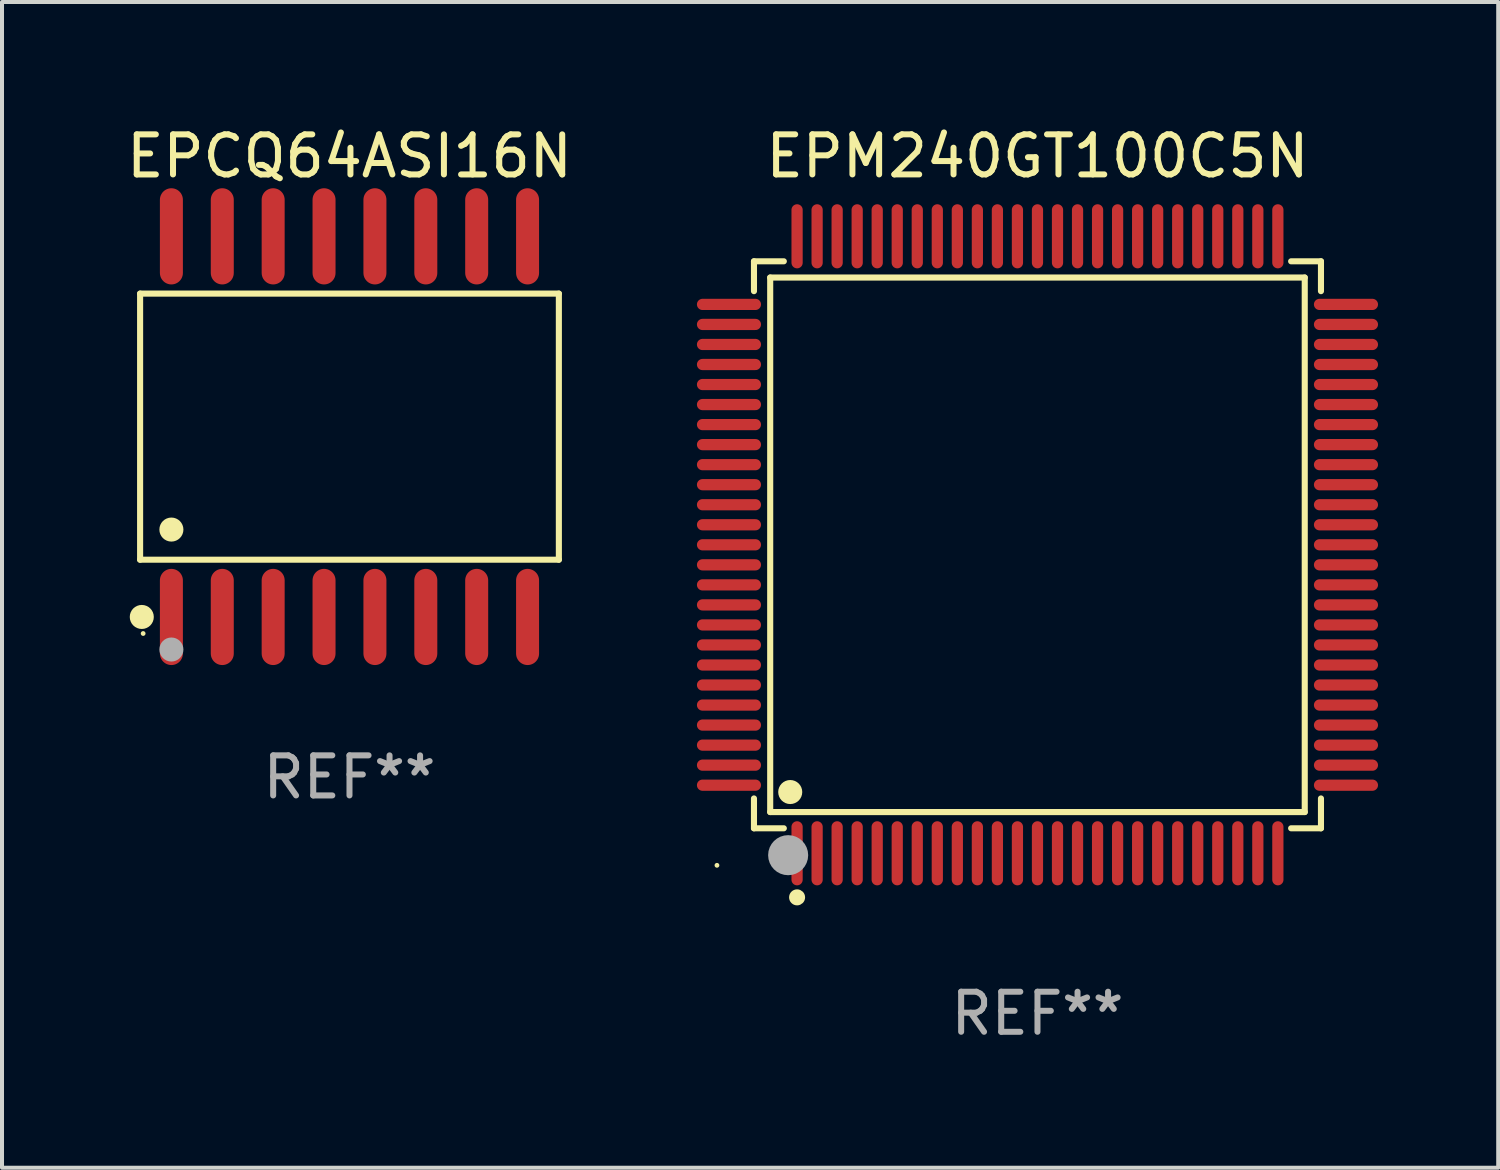
<source format=kicad_pcb>
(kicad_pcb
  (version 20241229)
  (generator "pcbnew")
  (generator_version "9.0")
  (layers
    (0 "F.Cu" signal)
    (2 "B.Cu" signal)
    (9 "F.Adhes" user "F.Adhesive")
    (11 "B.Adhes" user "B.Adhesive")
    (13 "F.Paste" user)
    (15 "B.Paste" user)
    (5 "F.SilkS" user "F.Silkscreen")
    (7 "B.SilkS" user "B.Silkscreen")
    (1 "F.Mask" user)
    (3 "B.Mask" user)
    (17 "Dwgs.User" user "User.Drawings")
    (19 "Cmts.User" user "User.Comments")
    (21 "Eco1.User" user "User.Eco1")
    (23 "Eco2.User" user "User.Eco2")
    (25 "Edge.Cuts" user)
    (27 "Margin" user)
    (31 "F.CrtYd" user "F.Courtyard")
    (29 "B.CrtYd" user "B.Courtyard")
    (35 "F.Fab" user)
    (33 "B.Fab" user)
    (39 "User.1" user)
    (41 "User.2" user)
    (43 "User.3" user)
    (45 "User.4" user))
  (footprint "EPM240GT100C5N"
    (layer "F.Cu")
    (at 22.845 10.548)
    (property "Reference" "EPM240GT100C5N" (at 0 -9.7 0) (layer "F.SilkS") (effects (font (size 1 1) (thickness 0.15))))
    (attr through_hole)
    (fp_line (start -7.076 -7.076) (end -6.331 -7.076) (stroke (width 0.152) (type solid)) (layer "F.SilkS"))
    (fp_line (start -7.076 -6.331) (end -7.076 -7.076) (stroke (width 0.152) (type solid)) (layer "F.SilkS"))
    (fp_line (start -7.076 6.331) (end -7.076 7.076) (stroke (width 0.152) (type solid)) (layer "F.SilkS"))
    (fp_line (start -7.076 7.076) (end -6.331 7.076) (stroke (width 0.152) (type solid)) (layer "F.SilkS"))
    (fp_line (start -6.671 -6.671) (end 6.671 -6.671) (stroke (width 0.152) (type solid)) (layer "F.SilkS"))
    (fp_line (start -6.671 6.671) (end -6.671 -6.671) (stroke (width 0.152) (type solid)) (layer "F.SilkS"))
    (fp_line (start 6.671 -6.671) (end 6.671 6.671) (stroke (width 0.152) (type solid)) (layer "F.SilkS"))
    (fp_line (start 6.671 6.671) (end -6.671 6.671) (stroke (width 0.152) (type solid)) (layer "F.SilkS"))
    (fp_line (start 7.076 -7.076) (end 6.331 -7.076) (stroke (width 0.152) (type solid)) (layer "F.SilkS"))
    (fp_line (start 7.076 -6.331) (end 7.076 -7.076) (stroke (width 0.152) (type solid)) (layer "F.SilkS"))
    (fp_line (start 7.076 6.331) (end 7.076 7.076) (stroke (width 0.152) (type solid)) (layer "F.SilkS"))
    (fp_line (start 7.076 7.076) (end 6.331 7.076) (stroke (width 0.152) (type solid)) (layer "F.SilkS"))
    (fp_circle (center -8 8) (end -7.97 8) (stroke (width 0.06) (type solid)) (fill no) (layer "F.SilkS"))
    (fp_circle (center -6.171 6.171) (end -6.021 6.171) (stroke (width 0.3) (type solid)) (fill no) (layer "F.SilkS"))
    (fp_circle (center -6 8.8) (end -5.9 8.8) (stroke (width 0.2) (type solid)) (fill no) (layer "F.SilkS"))
    (fp_circle (center -6.223 7.747) (end -5.973 7.747) (stroke (width 0.5) (type solid)) (fill no) (layer "F.Fab"))
    (fp_text user "REF**" (at 0 11.7 0) (layer "F.Fab") (effects (font (size 1 1) (thickness 0.15))))
    (pad "1" smd oval (at -6 7.7) (size 0.28 1.6) (layers "F.Cu" "F.Mask" "F.Paste"))
    (pad "2" smd oval (at -5.5 7.7) (size 0.28 1.6) (layers "F.Cu" "F.Mask" "F.Paste"))
    (pad "3" smd oval (at -5 7.7) (size 0.28 1.6) (layers "F.Cu" "F.Mask" "F.Paste"))
    (pad "4" smd oval (at -4.5 7.7) (size 0.28 1.6) (layers "F.Cu" "F.Mask" "F.Paste"))
    (pad "5" smd oval (at -4 7.7) (size 0.28 1.6) (layers "F.Cu" "F.Mask" "F.Paste"))
    (pad "6" smd oval (at -3.5 7.7) (size 0.28 1.6) (layers "F.Cu" "F.Mask" "F.Paste"))
    (pad "7" smd oval (at -3 7.7) (size 0.28 1.6) (layers "F.Cu" "F.Mask" "F.Paste"))
    (pad "8" smd oval (at -2.5 7.7) (size 0.28 1.6) (layers "F.Cu" "F.Mask" "F.Paste"))
    (pad "9" smd oval (at -2 7.7) (size 0.28 1.6) (layers "F.Cu" "F.Mask" "F.Paste"))
    (pad "10" smd oval (at -1.5 7.7) (size 0.28 1.6) (layers "F.Cu" "F.Mask" "F.Paste"))
    (pad "11" smd oval (at -1 7.7) (size 0.28 1.6) (layers "F.Cu" "F.Mask" "F.Paste"))
    (pad "12" smd oval (at -0.5 7.7) (size 0.28 1.6) (layers "F.Cu" "F.Mask" "F.Paste"))
    (pad "13" smd oval (at 0 7.7) (size 0.28 1.6) (layers "F.Cu" "F.Mask" "F.Paste"))
    (pad "14" smd oval (at 0.5 7.7) (size 0.28 1.6) (layers "F.Cu" "F.Mask" "F.Paste"))
    (pad "15" smd oval (at 1 7.7) (size 0.28 1.6) (layers "F.Cu" "F.Mask" "F.Paste"))
    (pad "16" smd oval (at 1.5 7.7) (size 0.28 1.6) (layers "F.Cu" "F.Mask" "F.Paste"))
    (pad "17" smd oval (at 2 7.7) (size 0.28 1.6) (layers "F.Cu" "F.Mask" "F.Paste"))
    (pad "18" smd oval (at 2.5 7.7) (size 0.28 1.6) (layers "F.Cu" "F.Mask" "F.Paste"))
    (pad "19" smd oval (at 3 7.7) (size 0.28 1.6) (layers "F.Cu" "F.Mask" "F.Paste"))
    (pad "20" smd oval (at 3.5 7.7) (size 0.28 1.6) (layers "F.Cu" "F.Mask" "F.Paste"))
    (pad "21" smd oval (at 4 7.7) (size 0.28 1.6) (layers "F.Cu" "F.Mask" "F.Paste"))
    (pad "22" smd oval (at 4.5 7.7) (size 0.28 1.6) (layers "F.Cu" "F.Mask" "F.Paste"))
    (pad "23" smd oval (at 5 7.7) (size 0.28 1.6) (layers "F.Cu" "F.Mask" "F.Paste"))
    (pad "24" smd oval (at 5.5 7.7) (size 0.28 1.6) (layers "F.Cu" "F.Mask" "F.Paste"))
    (pad "25" smd oval (at 6 7.7) (size 0.28 1.6) (layers "F.Cu" "F.Mask" "F.Paste"))
    (pad "26" smd oval (at 7.7 6) (size 1.6 0.28) (layers "F.Cu" "F.Mask" "F.Paste"))
    (pad "27" smd oval (at 7.7 5.5) (size 1.6 0.28) (layers "F.Cu" "F.Mask" "F.Paste"))
    (pad "28" smd oval (at 7.7 5) (size 1.6 0.28) (layers "F.Cu" "F.Mask" "F.Paste"))
    (pad "29" smd oval (at 7.7 4.5) (size 1.6 0.28) (layers "F.Cu" "F.Mask" "F.Paste"))
    (pad "30" smd oval (at 7.7 4) (size 1.6 0.28) (layers "F.Cu" "F.Mask" "F.Paste"))
    (pad "31" smd oval (at 7.7 3.5) (size 1.6 0.28) (layers "F.Cu" "F.Mask" "F.Paste"))
    (pad "32" smd oval (at 7.7 3) (size 1.6 0.28) (layers "F.Cu" "F.Mask" "F.Paste"))
    (pad "33" smd oval (at 7.7 2.5) (size 1.6 0.28) (layers "F.Cu" "F.Mask" "F.Paste"))
    (pad "34" smd oval (at 7.7 2) (size 1.6 0.28) (layers "F.Cu" "F.Mask" "F.Paste"))
    (pad "35" smd oval (at 7.7 1.5) (size 1.6 0.28) (layers "F.Cu" "F.Mask" "F.Paste"))
    (pad "36" smd oval (at 7.7 1) (size 1.6 0.28) (layers "F.Cu" "F.Mask" "F.Paste"))
    (pad "37" smd oval (at 7.7 0.5) (size 1.6 0.28) (layers "F.Cu" "F.Mask" "F.Paste"))
    (pad "38" smd oval (at 7.7 0) (size 1.6 0.28) (layers "F.Cu" "F.Mask" "F.Paste"))
    (pad "39" smd oval (at 7.7 -0.5) (size 1.6 0.28) (layers "F.Cu" "F.Mask" "F.Paste"))
    (pad "40" smd oval (at 7.7 -1) (size 1.6 0.28) (layers "F.Cu" "F.Mask" "F.Paste"))
    (pad "41" smd oval (at 7.7 -1.5) (size 1.6 0.28) (layers "F.Cu" "F.Mask" "F.Paste"))
    (pad "42" smd oval (at 7.7 -2) (size 1.6 0.28) (layers "F.Cu" "F.Mask" "F.Paste"))
    (pad "43" smd oval (at 7.7 -2.5) (size 1.6 0.28) (layers "F.Cu" "F.Mask" "F.Paste"))
    (pad "44" smd oval (at 7.7 -3) (size 1.6 0.28) (layers "F.Cu" "F.Mask" "F.Paste"))
    (pad "45" smd oval (at 7.7 -3.5) (size 1.6 0.28) (layers "F.Cu" "F.Mask" "F.Paste"))
    (pad "46" smd oval (at 7.7 -4) (size 1.6 0.28) (layers "F.Cu" "F.Mask" "F.Paste"))
    (pad "47" smd oval (at 7.7 -4.5) (size 1.6 0.28) (layers "F.Cu" "F.Mask" "F.Paste"))
    (pad "48" smd oval (at 7.7 -5) (size 1.6 0.28) (layers "F.Cu" "F.Mask" "F.Paste"))
    (pad "49" smd oval (at 7.7 -5.5) (size 1.6 0.28) (layers "F.Cu" "F.Mask" "F.Paste"))
    (pad "50" smd oval (at 7.7 -6) (size 1.6 0.28) (layers "F.Cu" "F.Mask" "F.Paste"))
    (pad "51" smd oval (at 6 -7.7) (size 0.28 1.6) (layers "F.Cu" "F.Mask" "F.Paste"))
    (pad "52" smd oval (at 5.5 -7.7) (size 0.28 1.6) (layers "F.Cu" "F.Mask" "F.Paste"))
    (pad "53" smd oval (at 5 -7.7) (size 0.28 1.6) (layers "F.Cu" "F.Mask" "F.Paste"))
    (pad "54" smd oval (at 4.5 -7.7) (size 0.28 1.6) (layers "F.Cu" "F.Mask" "F.Paste"))
    (pad "55" smd oval (at 4 -7.7) (size 0.28 1.6) (layers "F.Cu" "F.Mask" "F.Paste"))
    (pad "56" smd oval (at 3.5 -7.7) (size 0.28 1.6) (layers "F.Cu" "F.Mask" "F.Paste"))
    (pad "57" smd oval (at 3 -7.7) (size 0.28 1.6) (layers "F.Cu" "F.Mask" "F.Paste"))
    (pad "58" smd oval (at 2.5 -7.7) (size 0.28 1.6) (layers "F.Cu" "F.Mask" "F.Paste"))
    (pad "59" smd oval (at 2 -7.7) (size 0.28 1.6) (layers "F.Cu" "F.Mask" "F.Paste"))
    (pad "60" smd oval (at 1.5 -7.7) (size 0.28 1.6) (layers "F.Cu" "F.Mask" "F.Paste"))
    (pad "61" smd oval (at 1 -7.7) (size 0.28 1.6) (layers "F.Cu" "F.Mask" "F.Paste"))
    (pad "62" smd oval (at 0.5 -7.7) (size 0.28 1.6) (layers "F.Cu" "F.Mask" "F.Paste"))
    (pad "63" smd oval (at 0 -7.7) (size 0.28 1.6) (layers "F.Cu" "F.Mask" "F.Paste"))
    (pad "64" smd oval (at -0.5 -7.7) (size 0.28 1.6) (layers "F.Cu" "F.Mask" "F.Paste"))
    (pad "65" smd oval (at -1 -7.7) (size 0.28 1.6) (layers "F.Cu" "F.Mask" "F.Paste"))
    (pad "66" smd oval (at -1.5 -7.7) (size 0.28 1.6) (layers "F.Cu" "F.Mask" "F.Paste"))
    (pad "67" smd oval (at -2 -7.7) (size 0.28 1.6) (layers "F.Cu" "F.Mask" "F.Paste"))
    (pad "68" smd oval (at -2.5 -7.7) (size 0.28 1.6) (layers "F.Cu" "F.Mask" "F.Paste"))
    (pad "69" smd oval (at -3 -7.7) (size 0.28 1.6) (layers "F.Cu" "F.Mask" "F.Paste"))
    (pad "70" smd oval (at -3.5 -7.7) (size 0.28 1.6) (layers "F.Cu" "F.Mask" "F.Paste"))
    (pad "71" smd oval (at -4 -7.7) (size 0.28 1.6) (layers "F.Cu" "F.Mask" "F.Paste"))
    (pad "72" smd oval (at -4.5 -7.7) (size 0.28 1.6) (layers "F.Cu" "F.Mask" "F.Paste"))
    (pad "73" smd oval (at -5 -7.7) (size 0.28 1.6) (layers "F.Cu" "F.Mask" "F.Paste"))
    (pad "74" smd oval (at -5.5 -7.7) (size 0.28 1.6) (layers "F.Cu" "F.Mask" "F.Paste"))
    (pad "75" smd oval (at -6 -7.7) (size 0.28 1.6) (layers "F.Cu" "F.Mask" "F.Paste"))
    (pad "76" smd oval (at -7.7 -6) (size 1.6 0.28) (layers "F.Cu" "F.Mask" "F.Paste"))
    (pad "77" smd oval (at -7.7 -5.5) (size 1.6 0.28) (layers "F.Cu" "F.Mask" "F.Paste"))
    (pad "78" smd oval (at -7.7 -5) (size 1.6 0.28) (layers "F.Cu" "F.Mask" "F.Paste"))
    (pad "79" smd oval (at -7.7 -4.5) (size 1.6 0.28) (layers "F.Cu" "F.Mask" "F.Paste"))
    (pad "80" smd oval (at -7.7 -4) (size 1.6 0.28) (layers "F.Cu" "F.Mask" "F.Paste"))
    (pad "81" smd oval (at -7.7 -3.5) (size 1.6 0.28) (layers "F.Cu" "F.Mask" "F.Paste"))
    (pad "82" smd oval (at -7.7 -3) (size 1.6 0.28) (layers "F.Cu" "F.Mask" "F.Paste"))
    (pad "83" smd oval (at -7.7 -2.5) (size 1.6 0.28) (layers "F.Cu" "F.Mask" "F.Paste"))
    (pad "84" smd oval (at -7.7 -2) (size 1.6 0.28) (layers "F.Cu" "F.Mask" "F.Paste"))
    (pad "85" smd oval (at -7.7 -1.5) (size 1.6 0.28) (layers "F.Cu" "F.Mask" "F.Paste"))
    (pad "86" smd oval (at -7.7 -1) (size 1.6 0.28) (layers "F.Cu" "F.Mask" "F.Paste"))
    (pad "87" smd oval (at -7.7 -0.5) (size 1.6 0.28) (layers "F.Cu" "F.Mask" "F.Paste"))
    (pad "88" smd oval (at -7.7 0) (size 1.6 0.28) (layers "F.Cu" "F.Mask" "F.Paste"))
    (pad "89" smd oval (at -7.7 0.5) (size 1.6 0.28) (layers "F.Cu" "F.Mask" "F.Paste"))
    (pad "90" smd oval (at -7.7 1) (size 1.6 0.28) (layers "F.Cu" "F.Mask" "F.Paste"))
    (pad "91" smd oval (at -7.7 1.5) (size 1.6 0.28) (layers "F.Cu" "F.Mask" "F.Paste"))
    (pad "92" smd oval (at -7.7 2) (size 1.6 0.28) (layers "F.Cu" "F.Mask" "F.Paste"))
    (pad "93" smd oval (at -7.7 2.5) (size 1.6 0.28) (layers "F.Cu" "F.Mask" "F.Paste"))
    (pad "94" smd oval (at -7.7 3) (size 1.6 0.28) (layers "F.Cu" "F.Mask" "F.Paste"))
    (pad "95" smd oval (at -7.7 3.5) (size 1.6 0.28) (layers "F.Cu" "F.Mask" "F.Paste"))
    (pad "96" smd oval (at -7.7 4) (size 1.6 0.28) (layers "F.Cu" "F.Mask" "F.Paste"))
    (pad "97" smd oval (at -7.7 4.5) (size 1.6 0.28) (layers "F.Cu" "F.Mask" "F.Paste"))
    (pad "98" smd oval (at -7.7 5) (size 1.6 0.28) (layers "F.Cu" "F.Mask" "F.Paste"))
    (pad "99" smd oval (at -7.7 5.5) (size 1.6 0.28) (layers "F.Cu" "F.Mask" "F.Paste"))
    (pad "100" smd oval (at -7.7 6) (size 1.6 0.28) (layers "F.Cu" "F.Mask" "F.Paste")))
  (footprint "EPCQ64ASI16N"
    (layer "F.Cu")
    (at 5.673 7.599)
    (property "Reference" "EPCQ64ASI16N" (at 0 -6.75 0) (layer "F.SilkS") (effects (font (size 1 1) (thickness 0.15))))
    (attr through_hole)
    (fp_line (start -5.226 -3.321) (end 5.226 -3.321) (stroke (width 0.152) (type solid)) (layer "F.SilkS"))
    (fp_line (start -5.226 3.321) (end -5.226 -3.321) (stroke (width 0.152) (type solid)) (layer "F.SilkS"))
    (fp_line (start 5.226 -3.321) (end 5.226 3.321) (stroke (width 0.152) (type solid)) (layer "F.SilkS"))
    (fp_line (start 5.226 3.321) (end -5.226 3.321) (stroke (width 0.152) (type solid)) (layer "F.SilkS"))
    (fp_circle (center -5.184 4.75) (end -5.034 4.75) (stroke (width 0.3) (type solid)) (fill no) (layer "F.SilkS"))
    (fp_circle (center -5.15 5.163) (end -5.12 5.163) (stroke (width 0.06) (type solid)) (fill no) (layer "F.SilkS"))
    (fp_circle (center -4.445 2.569) (end -4.295 2.569) (stroke (width 0.3) (type solid)) (fill no) (layer "F.SilkS"))
    (fp_circle (center -4.445 5.563) (end -4.295 5.563) (stroke (width 0.3) (type solid)) (fill no) (layer "F.Fab"))
    (fp_text user "REF**" (at 0 8.75 0) (layer "F.Fab") (effects (font (size 1 1) (thickness 0.15))))
    (pad "1" smd oval (at -4.445 4.75) (size 0.574 2.401) (layers "F.Cu" "F.Mask" "F.Paste"))
    (pad "2" smd oval (at -3.175 4.75) (size 0.574 2.401) (layers "F.Cu" "F.Mask" "F.Paste"))
    (pad "3" smd oval (at -1.905 4.75) (size 0.574 2.401) (layers "F.Cu" "F.Mask" "F.Paste"))
    (pad "4" smd oval (at -0.635 4.75) (size 0.574 2.401) (layers "F.Cu" "F.Mask" "F.Paste"))
    (pad "5" smd oval (at 0.635 4.75) (size 0.574 2.401) (layers "F.Cu" "F.Mask" "F.Paste"))
    (pad "6" smd oval (at 1.905 4.75) (size 0.574 2.401) (layers "F.Cu" "F.Mask" "F.Paste"))
    (pad "7" smd oval (at 3.175 4.75) (size 0.574 2.401) (layers "F.Cu" "F.Mask" "F.Paste"))
    (pad "8" smd oval (at 4.445 4.75) (size 0.574 2.401) (layers "F.Cu" "F.Mask" "F.Paste"))
    (pad "9" smd oval (at 4.445 -4.75) (size 0.574 2.401) (layers "F.Cu" "F.Mask" "F.Paste"))
    (pad "10" smd oval (at 3.175 -4.75) (size 0.574 2.401) (layers "F.Cu" "F.Mask" "F.Paste"))
    (pad "11" smd oval (at 1.905 -4.75) (size 0.574 2.401) (layers "F.Cu" "F.Mask" "F.Paste"))
    (pad "12" smd oval (at 0.635 -4.75) (size 0.574 2.401) (layers "F.Cu" "F.Mask" "F.Paste"))
    (pad "13" smd oval (at -0.635 -4.75) (size 0.574 2.401) (layers "F.Cu" "F.Mask" "F.Paste"))
    (pad "14" smd oval (at -1.905 -4.75) (size 0.574 2.401) (layers "F.Cu" "F.Mask" "F.Paste"))
    (pad "15" smd oval (at -3.175 -4.75) (size 0.574 2.401) (layers "F.Cu" "F.Mask" "F.Paste"))
    (pad "16" smd oval (at -4.445 -4.75) (size 0.574 2.401) (layers "F.Cu" "F.Mask" "F.Paste")))
  (gr_rect
    (start -3 -3)
    (end 34.345 26.097)
    (stroke (width 0.1) (type default))
    (fill no)
    (layer "Edge.Cuts")))
</source>
